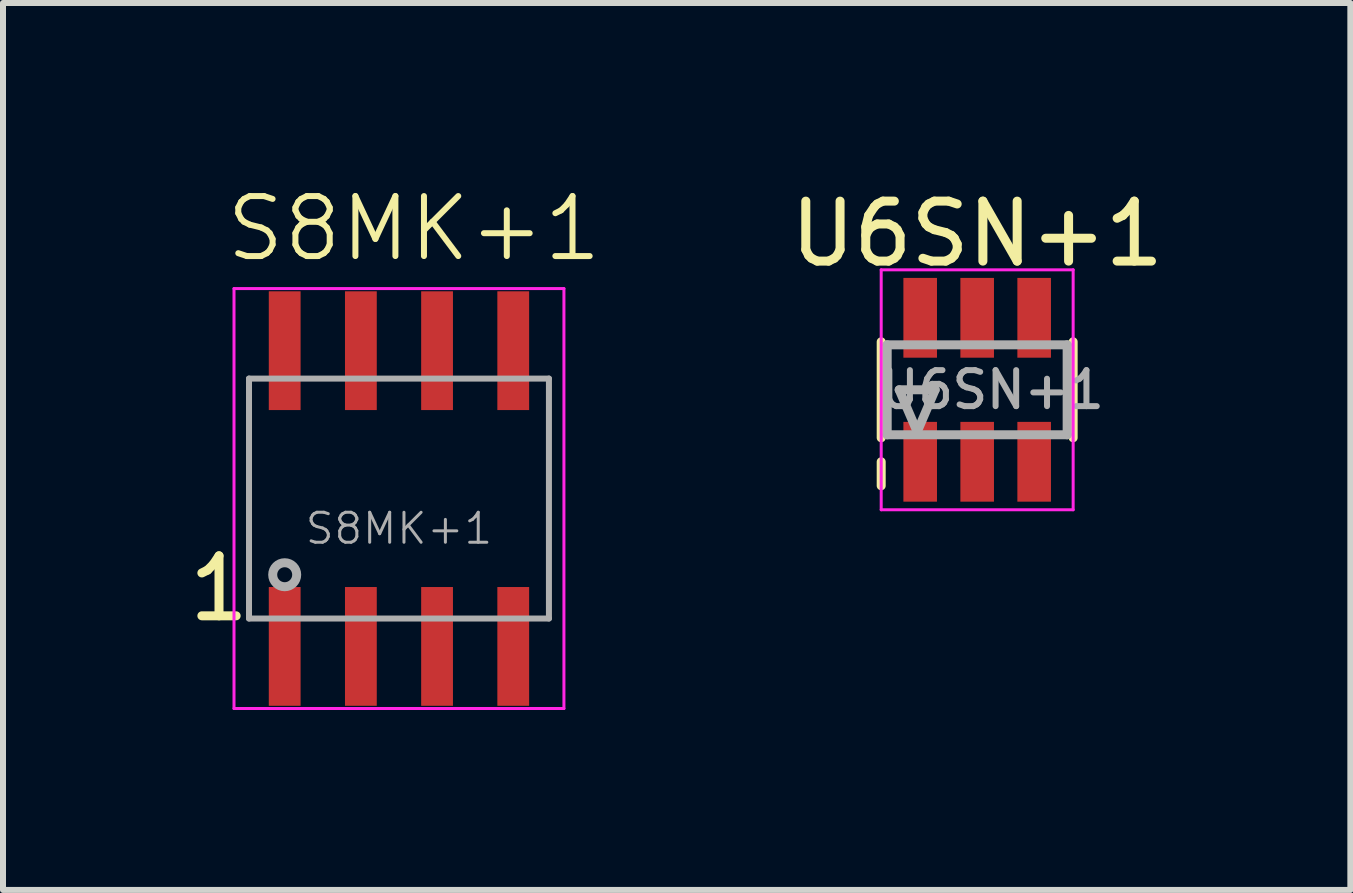
<source format=kicad_pcb>
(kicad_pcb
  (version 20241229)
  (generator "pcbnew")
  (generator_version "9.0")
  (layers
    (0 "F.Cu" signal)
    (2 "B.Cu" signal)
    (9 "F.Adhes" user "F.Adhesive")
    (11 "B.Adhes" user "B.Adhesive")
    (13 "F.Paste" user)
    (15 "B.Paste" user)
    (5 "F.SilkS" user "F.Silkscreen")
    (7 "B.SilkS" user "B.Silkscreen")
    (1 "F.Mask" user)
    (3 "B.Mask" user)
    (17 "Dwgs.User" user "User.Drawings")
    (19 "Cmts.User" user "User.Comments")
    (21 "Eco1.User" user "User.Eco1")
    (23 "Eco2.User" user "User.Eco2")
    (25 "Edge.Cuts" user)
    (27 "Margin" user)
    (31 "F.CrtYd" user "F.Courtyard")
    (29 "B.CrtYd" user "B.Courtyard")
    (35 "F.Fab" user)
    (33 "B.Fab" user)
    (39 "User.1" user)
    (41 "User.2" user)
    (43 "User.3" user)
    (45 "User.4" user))
  (footprint "S8MK+1"
    (layer "F.Cu")
    (at 3.601 5.261)
    (property "Reference" "S8MK+1" (at 0.25 -4.5 0) (layer "F.SilkS") (effects (font (size 1 1) (thickness 0.1))))
    (attr smd)
    (fp_line (start -2.75 -3.5) (end -2.75 3.5) (stroke (width 0.05) (type solid)) (layer "F.CrtYd"))
    (fp_line (start -2.75 -3.5) (end 2.75 -3.5) (stroke (width 0.05) (type solid)) (layer "F.CrtYd"))
    (fp_line (start -2.75 3.5) (end 2.75 3.5) (stroke (width 0.05) (type solid)) (layer "F.CrtYd"))
    (fp_line (start 2.75 -3.5) (end 2.75 3.5) (stroke (width 0.05) (type solid)) (layer "F.CrtYd"))
    (fp_line (start -2.5 -2) (end 2.5 -2) (stroke (width 0.1) (type solid)) (layer "F.Fab"))
    (fp_line (start -2.5 2) (end -2.5 -2) (stroke (width 0.1) (type solid)) (layer "F.Fab"))
    (fp_line (start 2.5 -2) (end 2.5 2) (stroke (width 0.1) (type solid)) (layer "F.Fab"))
    (fp_line (start 2.5 2) (end -2.5 2) (stroke (width 0.1) (type solid)) (layer "F.Fab"))
    (fp_circle (center -1.905 1.27) (end -1.905 1.07) (stroke (width 0.15) (type solid)) (fill no) (layer "F.Fab"))
    (fp_text user "1" (at -3 1.5 0) (layer "F.SilkS") (effects (font (size 1 1) (thickness 0.15))))
    (fp_text user "${REFERENCE}" (at 0 0.5 0) (layer "F.Fab") (effects (font (size 0.5 0.5) (thickness 0.05))))
    (pad "1" smd rect (at -1.905 2.465) (size 0.53 1.98) (layers "F.Cu" "F.Mask" "F.Paste"))
    (pad "2" smd rect (at -0.635 2.465) (size 0.53 1.98) (layers "F.Cu" "F.Mask" "F.Paste"))
    (pad "3" smd rect (at 0.635 2.465) (size 0.53 1.98) (layers "F.Cu" "F.Mask" "F.Paste"))
    (pad "4" smd rect (at 1.905 2.465) (size 0.53 1.98) (layers "F.Cu" "F.Mask" "F.Paste"))
    (pad "5" smd rect (at 1.905 -2.465) (size 0.53 1.98) (layers "F.Cu" "F.Mask" "F.Paste"))
    (pad "6" smd rect (at 0.635 -2.465) (size 0.53 1.98) (layers "F.Cu" "F.Mask" "F.Paste"))
    (pad "7" smd rect (at -0.635 -2.465) (size 0.53 1.98) (layers "F.Cu" "F.Mask" "F.Paste"))
    (pad "8" smd rect (at -1.905 -2.465) (size 0.53 1.98) (layers "F.Cu" "F.Mask" "F.Paste")))
  (footprint "U6SN+1"
    (layer "F.Cu")
    (at 13.24 3.448)
    (property "Reference" "U6SN+1" (at 0 -2.6 180) (layer "F.SilkS") (effects (font (size 1 1) (thickness 0.15))))
    (attr smd)
    (fp_line (start -1.6 -0.8) (end -1.6 0.8) (stroke (width 0.15) (type solid)) (layer "F.SilkS"))
    (fp_line (start -1.6 1.2) (end -1.6 1.6) (stroke (width 0.15) (type solid)) (layer "F.SilkS"))
    (fp_line (start 1.6 -0.8) (end 1.6 0.8) (stroke (width 0.15) (type solid)) (layer "F.SilkS"))
    (fp_line (start -1.6 -2) (end -1.6 2) (stroke (width 0.05) (type solid)) (layer "F.CrtYd"))
    (fp_line (start -1.6 -2) (end 1.6 -2) (stroke (width 0.05) (type solid)) (layer "F.CrtYd"))
    (fp_line (start -1.6 2) (end 1.6 2) (stroke (width 0.05) (type solid)) (layer "F.CrtYd"))
    (fp_line (start 1.6 -2) (end 1.6 2) (stroke (width 0.05) (type solid)) (layer "F.CrtYd"))
    (fp_line (start -1.5 -0.75) (end -1.5 0.75) (stroke (width 0.15) (type solid)) (layer "F.Fab"))
    (fp_line (start -1.5 0.75) (end 1.5 0.75) (stroke (width 0.15) (type solid)) (layer "F.Fab"))
    (fp_line (start -1.3 0) (end -0.7 0) (stroke (width 0.15) (type solid)) (layer "F.Fab"))
    (fp_line (start -1 0.7) (end -1.3 0) (stroke (width 0.15) (type solid)) (layer "F.Fab"))
    (fp_line (start -0.7 0) (end -1 0.7) (stroke (width 0.15) (type solid)) (layer "F.Fab"))
    (fp_line (start 1.5 -0.75) (end -1.5 -0.75) (stroke (width 0.15) (type solid)) (layer "F.Fab"))
    (fp_line (start 1.5 0.75) (end 1.5 -0.75) (stroke (width 0.15) (type solid)) (layer "F.Fab"))
    (fp_text user "${REFERENCE}" (at 0.25 0 0) (layer "F.Fab") (effects (font (size 0.6 0.6) (thickness 0.1))))
    (pad "1" smd rect (at -0.95 1.2) (size 0.56 1.33) (layers "F.Cu" "F.Mask" "F.Paste"))
    (pad "2" smd rect (at 0 1.2) (size 0.56 1.33) (layers "F.Cu" "F.Mask" "F.Paste"))
    (pad "3" smd rect (at 0.95 1.2) (size 0.56 1.33) (layers "F.Cu" "F.Mask" "F.Paste"))
    (pad "4" smd rect (at 0.95 -1.2) (size 0.56 1.33) (layers "F.Cu" "F.Mask" "F.Paste"))
    (pad "5" smd rect (at 0 -1.2) (size 0.56 1.33) (layers "F.Cu" "F.Mask" "F.Paste"))
    (pad "6" smd rect (at -0.95 -1.2) (size 0.56 1.33) (layers "F.Cu" "F.Mask" "F.Paste")))
  (gr_rect
    (start -3 -3)
    (end 19.461 11.786)
    (stroke (width 0.1) (type default))
    (fill no)
    (layer "Edge.Cuts")))
</source>
